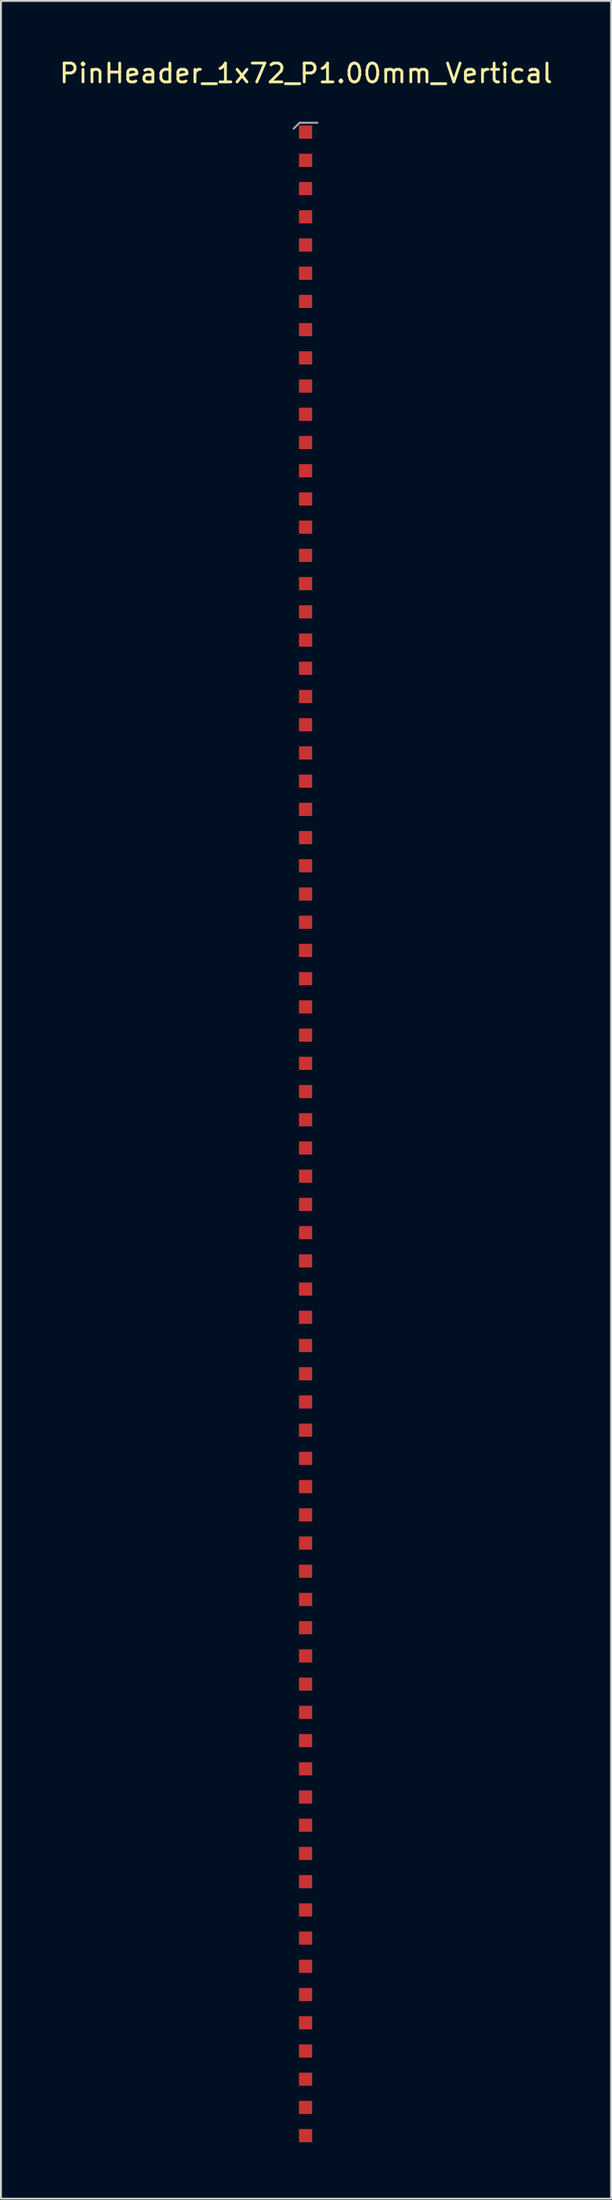
<source format=kicad_pcb>
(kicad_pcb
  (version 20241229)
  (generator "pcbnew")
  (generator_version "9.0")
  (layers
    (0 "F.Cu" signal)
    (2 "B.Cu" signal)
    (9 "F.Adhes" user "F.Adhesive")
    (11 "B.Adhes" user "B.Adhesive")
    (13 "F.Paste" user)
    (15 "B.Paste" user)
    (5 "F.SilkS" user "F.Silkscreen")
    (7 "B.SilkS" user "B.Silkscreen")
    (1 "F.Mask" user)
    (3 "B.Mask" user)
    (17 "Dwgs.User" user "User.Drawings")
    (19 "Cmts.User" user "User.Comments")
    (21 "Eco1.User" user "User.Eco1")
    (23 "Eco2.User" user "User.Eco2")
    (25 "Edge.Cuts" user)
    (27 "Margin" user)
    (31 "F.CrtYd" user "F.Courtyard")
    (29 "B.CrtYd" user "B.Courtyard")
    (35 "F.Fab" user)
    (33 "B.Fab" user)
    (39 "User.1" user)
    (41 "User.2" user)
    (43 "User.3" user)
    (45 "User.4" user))
  (footprint "PinHeader_1x72_P1.00mm_Vertical"
    (layer "F.Cu")
    (at 13.195 3.973)
    (property "Reference" "PinHeader_1x72_P1.00mm_Vertical" (at 0.025 -3.125 180) (layer "F.SilkS") (effects (font (size 1 1) (thickness 0.15))))
    (attr through_hole)
    (fp_line (start -0.635 -0.182) (end -0.318 -0.5) (stroke (width 0.1) (type solid)) (layer "F.Fab"))
    (fp_line (start -0.318 -0.5) (end 0.635 -0.5) (stroke (width 0.1) (type solid)) (layer "F.Fab"))
    (pad "1" smd rect (at 0 0) (size 0.7 0.7) (layers "F.Cu" "F.Mask" "F.Paste"))
    (pad "2" smd rect (at 0 1.5) (size 0.7 0.7) (layers "F.Cu" "F.Mask" "F.Paste"))
    (pad "3" smd rect (at 0 3) (size 0.7 0.7) (layers "F.Cu" "F.Mask" "F.Paste"))
    (pad "4" smd rect (at 0 4.5) (size 0.7 0.7) (layers "F.Cu" "F.Mask" "F.Paste"))
    (pad "5" smd rect (at 0 6) (size 0.7 0.7) (layers "F.Cu" "F.Mask" "F.Paste"))
    (pad "6" smd rect (at 0 7.5) (size 0.7 0.7) (layers "F.Cu" "F.Mask" "F.Paste"))
    (pad "7" smd rect (at 0 9) (size 0.7 0.7) (layers "F.Cu" "F.Mask" "F.Paste"))
    (pad "8" smd rect (at 0 10.5) (size 0.7 0.7) (layers "F.Cu" "F.Mask" "F.Paste"))
    (pad "9" smd rect (at 0 12) (size 0.7 0.7) (layers "F.Cu" "F.Mask" "F.Paste"))
    (pad "10" smd rect (at 0 13.5) (size 0.7 0.7) (layers "F.Cu" "F.Mask" "F.Paste"))
    (pad "11" smd rect (at 0 15) (size 0.7 0.7) (layers "F.Cu" "F.Mask" "F.Paste"))
    (pad "12" smd rect (at 0 16.5) (size 0.7 0.7) (layers "F.Cu" "F.Mask" "F.Paste"))
    (pad "13" smd rect (at 0 18) (size 0.7 0.7) (layers "F.Cu" "F.Mask" "F.Paste"))
    (pad "14" smd rect (at 0 19.5) (size 0.7 0.7) (layers "F.Cu" "F.Mask" "F.Paste"))
    (pad "15" smd rect (at 0 21) (size 0.7 0.7) (layers "F.Cu" "F.Mask" "F.Paste"))
    (pad "16" smd rect (at 0 22.5) (size 0.7 0.7) (layers "F.Cu" "F.Mask" "F.Paste"))
    (pad "17" smd rect (at 0 24) (size 0.7 0.7) (layers "F.Cu" "F.Mask" "F.Paste"))
    (pad "18" smd rect (at 0 25.5) (size 0.7 0.7) (layers "F.Cu" "F.Mask" "F.Paste"))
    (pad "19" smd rect (at 0 27) (size 0.7 0.7) (layers "F.Cu" "F.Mask" "F.Paste"))
    (pad "20" smd rect (at 0 28.5) (size 0.7 0.7) (layers "F.Cu" "F.Mask" "F.Paste"))
    (pad "21" smd rect (at 0 30) (size 0.7 0.7) (layers "F.Cu" "F.Mask" "F.Paste"))
    (pad "22" smd rect (at 0 31.5) (size 0.7 0.7) (layers "F.Cu" "F.Mask" "F.Paste"))
    (pad "23" smd rect (at 0 33) (size 0.7 0.7) (layers "F.Cu" "F.Mask" "F.Paste"))
    (pad "24" smd rect (at 0 34.5) (size 0.7 0.7) (layers "F.Cu" "F.Mask" "F.Paste"))
    (pad "25" smd rect (at 0 36) (size 0.7 0.7) (layers "F.Cu" "F.Mask" "F.Paste"))
    (pad "26" smd rect (at 0 37.5) (size 0.7 0.7) (layers "F.Cu" "F.Mask" "F.Paste"))
    (pad "27" smd rect (at 0 39) (size 0.7 0.7) (layers "F.Cu" "F.Mask" "F.Paste"))
    (pad "28" smd rect (at 0 40.5) (size 0.7 0.7) (layers "F.Cu" "F.Mask" "F.Paste"))
    (pad "29" smd rect (at 0 42) (size 0.7 0.7) (layers "F.Cu" "F.Mask" "F.Paste"))
    (pad "30" smd rect (at 0 43.5) (size 0.7 0.7) (layers "F.Cu" "F.Mask" "F.Paste"))
    (pad "31" smd rect (at 0 45) (size 0.7 0.7) (layers "F.Cu" "F.Mask" "F.Paste"))
    (pad "32" smd rect (at 0 46.5) (size 0.7 0.7) (layers "F.Cu" "F.Mask" "F.Paste"))
    (pad "33" smd rect (at 0 48) (size 0.7 0.7) (layers "F.Cu" "F.Mask" "F.Paste"))
    (pad "34" smd rect (at 0 49.5) (size 0.7 0.7) (layers "F.Cu" "F.Mask" "F.Paste"))
    (pad "35" smd rect (at 0 51) (size 0.7 0.7) (layers "F.Cu" "F.Mask" "F.Paste"))
    (pad "36" smd rect (at 0 52.5) (size 0.7 0.7) (layers "F.Cu" "F.Mask" "F.Paste"))
    (pad "37" smd rect (at 0 54) (size 0.7 0.7) (layers "F.Cu" "F.Mask" "F.Paste"))
    (pad "38" smd rect (at 0 55.5) (size 0.7 0.7) (layers "F.Cu" "F.Mask" "F.Paste"))
    (pad "39" smd rect (at 0 57) (size 0.7 0.7) (layers "F.Cu" "F.Mask" "F.Paste"))
    (pad "40" smd rect (at 0 58.5) (size 0.7 0.7) (layers "F.Cu" "F.Mask" "F.Paste"))
    (pad "41" smd rect (at 0 60) (size 0.7 0.7) (layers "F.Cu" "F.Mask" "F.Paste"))
    (pad "42" smd rect (at 0 61.5) (size 0.7 0.7) (layers "F.Cu" "F.Mask" "F.Paste"))
    (pad "43" smd rect (at 0 63) (size 0.7 0.7) (layers "F.Cu" "F.Mask" "F.Paste"))
    (pad "44" smd rect (at 0 64.5) (size 0.7 0.7) (layers "F.Cu" "F.Mask" "F.Paste"))
    (pad "45" smd rect (at 0 66) (size 0.7 0.7) (layers "F.Cu" "F.Mask" "F.Paste"))
    (pad "46" smd rect (at 0 67.5) (size 0.7 0.7) (layers "F.Cu" "F.Mask" "F.Paste"))
    (pad "47" smd rect (at 0 69) (size 0.7 0.7) (layers "F.Cu" "F.Mask" "F.Paste"))
    (pad "48" smd rect (at 0 70.5) (size 0.7 0.7) (layers "F.Cu" "F.Mask" "F.Paste"))
    (pad "49" smd rect (at 0 72) (size 0.7 0.7) (layers "F.Cu" "F.Mask" "F.Paste"))
    (pad "50" smd rect (at 0 73.5) (size 0.7 0.7) (layers "F.Cu" "F.Mask" "F.Paste"))
    (pad "51" smd rect (at 0 75) (size 0.7 0.7) (layers "F.Cu" "F.Mask" "F.Paste"))
    (pad "52" smd rect (at 0 76.5) (size 0.7 0.7) (layers "F.Cu" "F.Mask" "F.Paste"))
    (pad "53" smd rect (at 0 78) (size 0.7 0.7) (layers "F.Cu" "F.Mask" "F.Paste"))
    (pad "54" smd rect (at 0 79.5) (size 0.7 0.7) (layers "F.Cu" "F.Mask" "F.Paste"))
    (pad "55" smd rect (at 0 81) (size 0.7 0.7) (layers "F.Cu" "F.Mask" "F.Paste"))
    (pad "56" smd rect (at 0 82.5) (size 0.7 0.7) (layers "F.Cu" "F.Mask" "F.Paste"))
    (pad "57" smd rect (at 0 84) (size 0.7 0.7) (layers "F.Cu" "F.Mask" "F.Paste"))
    (pad "58" smd rect (at 0 85.5) (size 0.7 0.7) (layers "F.Cu" "F.Mask" "F.Paste"))
    (pad "59" smd rect (at 0 87) (size 0.7 0.7) (layers "F.Cu" "F.Mask" "F.Paste"))
    (pad "60" smd rect (at 0 88.5) (size 0.7 0.7) (layers "F.Cu" "F.Mask" "F.Paste"))
    (pad "61" smd rect (at 0 90) (size 0.7 0.7) (layers "F.Cu" "F.Mask" "F.Paste"))
    (pad "62" smd rect (at 0 91.5) (size 0.7 0.7) (layers "F.Cu" "F.Mask" "F.Paste"))
    (pad "63" smd rect (at 0 93) (size 0.7 0.7) (layers "F.Cu" "F.Mask" "F.Paste"))
    (pad "64" smd rect (at 0 94.5) (size 0.7 0.7) (layers "F.Cu" "F.Mask" "F.Paste"))
    (pad "65" smd rect (at 0 96) (size 0.7 0.7) (layers "F.Cu" "F.Mask" "F.Paste"))
    (pad "66" smd rect (at 0 97.5) (size 0.7 0.7) (layers "F.Cu" "F.Mask" "F.Paste"))
    (pad "67" smd rect (at 0 99) (size 0.7 0.7) (layers "F.Cu" "F.Mask" "F.Paste"))
    (pad "68" smd rect (at 0 100.5) (size 0.7 0.7) (layers "F.Cu" "F.Mask" "F.Paste"))
    (pad "69" smd rect (at 0 102) (size 0.7 0.7) (layers "F.Cu" "F.Mask" "F.Paste"))
    (pad "70" smd rect (at 0 103.5) (size 0.7 0.7) (layers "F.Cu" "F.Mask" "F.Paste"))
    (pad "71" smd rect (at 0 105) (size 0.7 0.7) (layers "F.Cu" "F.Mask" "F.Paste"))
    (pad "72" smd rect (at 0 106.5) (size 0.7 0.7) (layers "F.Cu" "F.Mask" "F.Paste")))
  (gr_rect
    (start -3 -3)
    (end 29.44 113.823)
    (stroke (width 0.1) (type default))
    (fill no)
    (layer "Edge.Cuts")))
</source>
